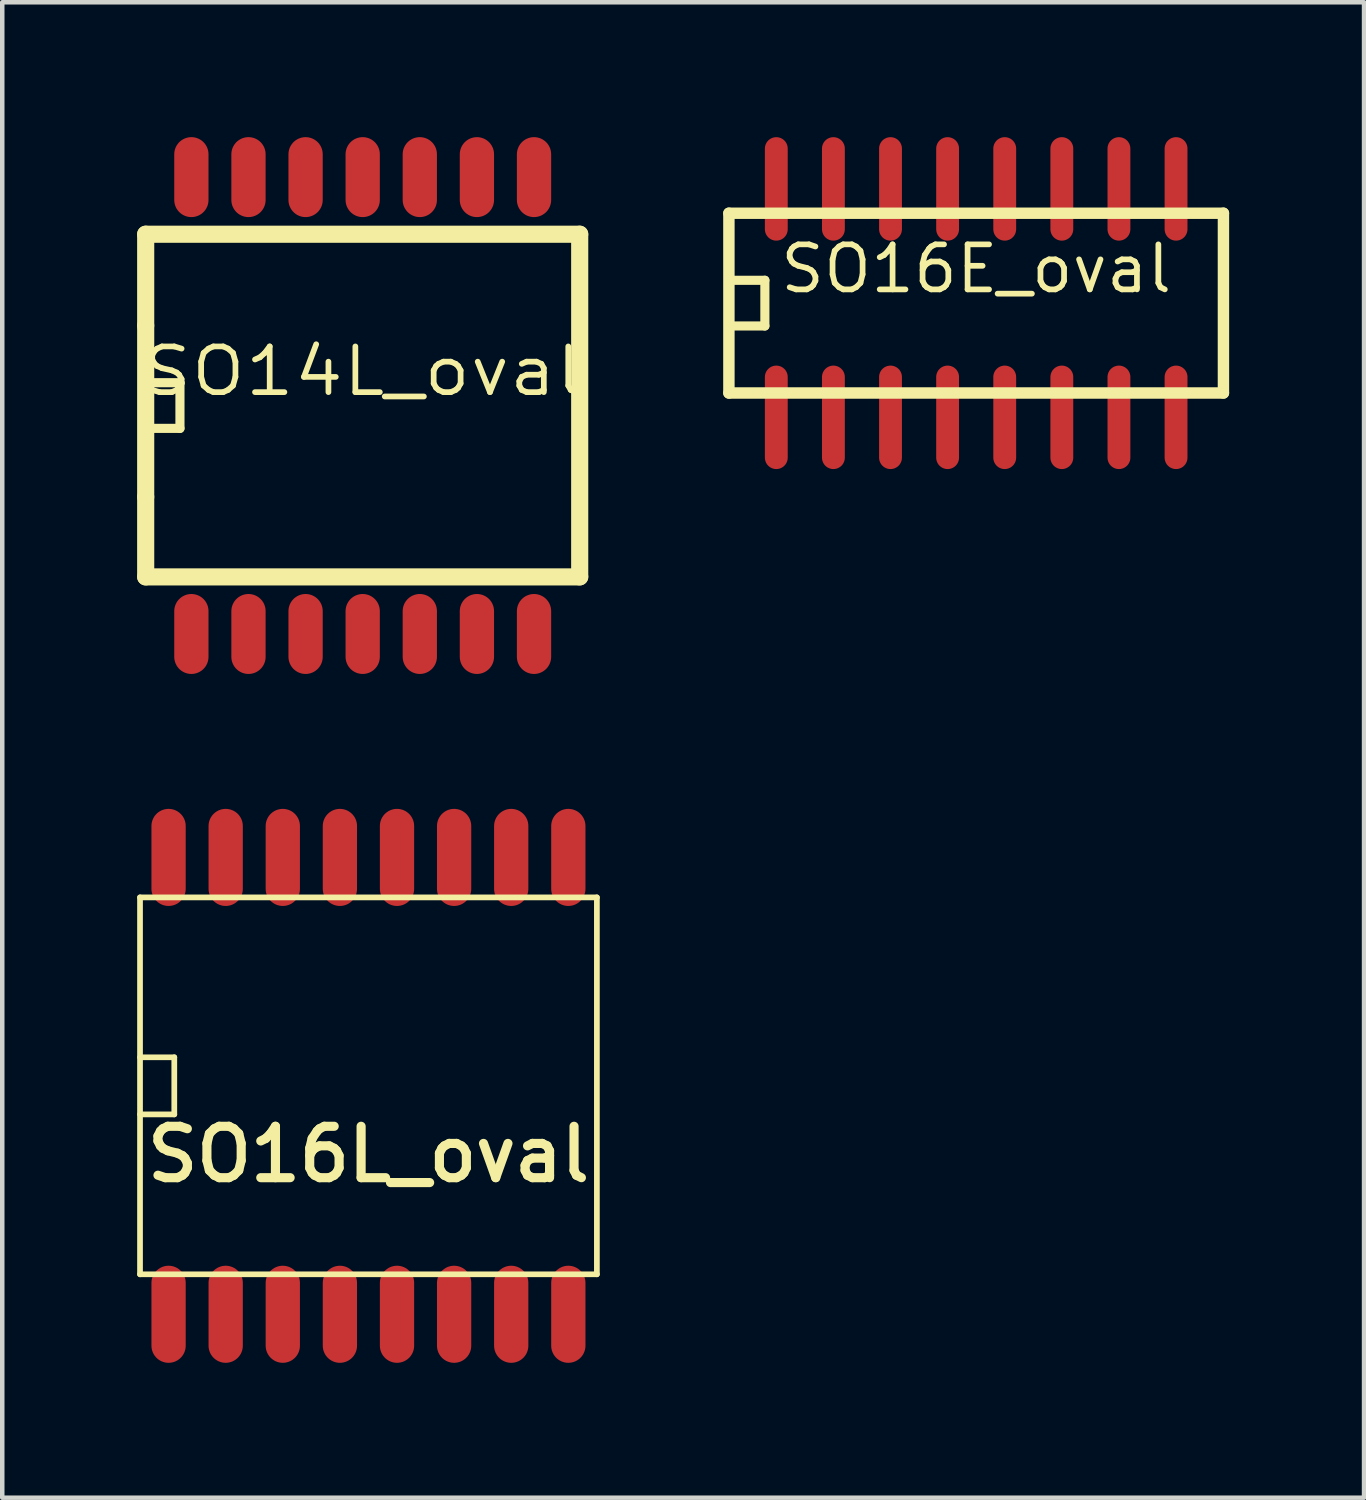
<source format=kicad_pcb>
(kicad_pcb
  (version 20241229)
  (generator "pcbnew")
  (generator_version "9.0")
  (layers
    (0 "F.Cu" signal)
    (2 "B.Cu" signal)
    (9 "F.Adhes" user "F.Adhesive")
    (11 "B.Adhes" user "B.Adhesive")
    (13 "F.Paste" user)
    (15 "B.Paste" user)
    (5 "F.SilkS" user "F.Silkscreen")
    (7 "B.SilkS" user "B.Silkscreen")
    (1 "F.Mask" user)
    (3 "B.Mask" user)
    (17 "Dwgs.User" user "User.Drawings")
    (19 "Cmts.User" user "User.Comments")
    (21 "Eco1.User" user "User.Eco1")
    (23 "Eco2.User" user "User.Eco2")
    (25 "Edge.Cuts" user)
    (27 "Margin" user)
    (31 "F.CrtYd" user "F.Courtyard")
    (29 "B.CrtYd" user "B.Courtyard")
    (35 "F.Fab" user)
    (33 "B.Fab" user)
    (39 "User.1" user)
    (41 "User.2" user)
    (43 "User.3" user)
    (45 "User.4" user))
  (footprint "SO14L_oval"
    (layer "F.Cu")
    (at 5.016 5.969)
    (property "Reference" "SO14L_oval" (at 0 -0.762 0) (layer "F.SilkS") (effects (font (size 1.016 1.143) (thickness 0.127))))
    (attr smd)
    (fp_line (start -4.826 -3.81) (end 4.826 -3.81) (stroke (width 0.381) (type solid)) (layer "F.SilkS"))
    (fp_line (start -4.826 -1.778) (end -4.826 -3.81) (stroke (width 0.381) (type solid)) (layer "F.SilkS"))
    (fp_line (start -4.826 -0.508) (end -4.064 -0.508) (stroke (width 0.203) (type solid)) (layer "F.SilkS"))
    (fp_line (start -4.826 2.032) (end -4.826 -1.778) (stroke (width 0.381) (type solid)) (layer "F.SilkS"))
    (fp_line (start -4.826 3.81) (end -4.826 2.032) (stroke (width 0.381) (type solid)) (layer "F.SilkS"))
    (fp_line (start -4.064 -0.508) (end -4.064 0.508) (stroke (width 0.203) (type solid)) (layer "F.SilkS"))
    (fp_line (start -4.064 0.508) (end -4.826 0.508) (stroke (width 0.203) (type solid)) (layer "F.SilkS"))
    (fp_line (start 4.826 -3.81) (end 4.826 3.81) (stroke (width 0.381) (type solid)) (layer "F.SilkS"))
    (fp_line (start 4.826 -1.778) (end 4.826 2.032) (stroke (width 0.203) (type solid)) (layer "F.SilkS"))
    (fp_line (start 4.826 3.81) (end -4.826 3.81) (stroke (width 0.381) (type solid)) (layer "F.SilkS"))
    (pad "1" smd oval (at -3.81 5.08) (size 0.762 1.778) (layers "F.Cu" "F.Mask" "F.Paste"))
    (pad "2" smd oval (at -2.54 5.08) (size 0.762 1.778) (layers "F.Cu" "F.Mask" "F.Paste"))
    (pad "3" smd oval (at -1.27 5.08) (size 0.762 1.778) (layers "F.Cu" "F.Mask" "F.Paste"))
    (pad "4" smd oval (at 0 5.08) (size 0.762 1.778) (layers "F.Cu" "F.Mask" "F.Paste"))
    (pad "5" smd oval (at 1.27 5.08) (size 0.762 1.778) (layers "F.Cu" "F.Mask" "F.Paste"))
    (pad "6" smd oval (at 2.54 5.08) (size 0.762 1.778) (layers "F.Cu" "F.Mask" "F.Paste"))
    (pad "7" smd oval (at 3.81 5.08) (size 0.762 1.778) (layers "F.Cu" "F.Mask" "F.Paste"))
    (pad "8" smd oval (at 3.81 -5.08) (size 0.762 1.778) (layers "F.Cu" "F.Mask" "F.Paste"))
    (pad "9" smd oval (at 2.54 -5.08) (size 0.762 1.778) (layers "F.Cu" "F.Mask" "F.Paste"))
    (pad "10" smd oval (at 1.27 -5.08) (size 0.762 1.778) (layers "F.Cu" "F.Mask" "F.Paste"))
    (pad "11" smd oval (at 0 -5.08) (size 0.762 1.778) (layers "F.Cu" "F.Mask" "F.Paste"))
    (pad "12" smd oval (at -1.27 -5.08) (size 0.762 1.778) (layers "F.Cu" "F.Mask" "F.Paste"))
    (pad "13" smd oval (at -2.54 -5.08) (size 0.762 1.778) (layers "F.Cu" "F.Mask" "F.Paste"))
    (pad "14" smd oval (at -3.81 -5.08) (size 0.762 1.778) (layers "F.Cu" "F.Mask" "F.Paste")))
  (footprint "SO16E_oval"
    (layer "F.Cu")
    (at 18.659 3.691)
    (property "Reference" "SO16E_oval" (at 0 -0.762 0) (layer "F.SilkS") (effects (font (size 1.001 1.001) (thickness 0.127))))
    (attr smd)
    (fp_line (start -5.499 -1.999) (end 5.499 -1.999) (stroke (width 0.254) (type solid)) (layer "F.SilkS"))
    (fp_line (start -5.499 1.999) (end -5.499 -1.999) (stroke (width 0.254) (type solid)) (layer "F.SilkS"))
    (fp_line (start -5.461 -0.508) (end -4.699 -0.508) (stroke (width 0.203) (type solid)) (layer "F.SilkS"))
    (fp_line (start -4.699 -0.508) (end -4.699 0.508) (stroke (width 0.203) (type solid)) (layer "F.SilkS"))
    (fp_line (start -4.699 0.508) (end -5.461 0.508) (stroke (width 0.203) (type solid)) (layer "F.SilkS"))
    (fp_line (start 5.499 -1.999) (end 5.499 1.999) (stroke (width 0.254) (type solid)) (layer "F.SilkS"))
    (fp_line (start 5.499 1.999) (end -5.499 1.999) (stroke (width 0.254) (type solid)) (layer "F.SilkS"))
    (pad "1" smd oval (at -4.445 2.54) (size 0.508 2.301) (layers "F.Cu" "F.Mask" "F.Paste"))
    (pad "2" smd oval (at -3.175 2.54) (size 0.508 2.301) (layers "F.Cu" "F.Mask" "F.Paste"))
    (pad "3" smd oval (at -1.905 2.54) (size 0.508 2.301) (layers "F.Cu" "F.Mask" "F.Paste"))
    (pad "4" smd oval (at -0.635 2.54) (size 0.508 2.301) (layers "F.Cu" "F.Mask" "F.Paste"))
    (pad "5" smd oval (at 0.635 2.54) (size 0.508 2.301) (layers "F.Cu" "F.Mask" "F.Paste"))
    (pad "6" smd oval (at 1.905 2.54) (size 0.508 2.301) (layers "F.Cu" "F.Mask" "F.Paste"))
    (pad "7" smd oval (at 3.175 2.54) (size 0.508 2.301) (layers "F.Cu" "F.Mask" "F.Paste"))
    (pad "8" smd oval (at 4.445 2.54) (size 0.508 2.301) (layers "F.Cu" "F.Mask" "F.Paste"))
    (pad "9" smd oval (at 4.445 -2.54) (size 0.508 2.301) (layers "F.Cu" "F.Mask" "F.Paste"))
    (pad "10" smd oval (at 3.175 -2.54) (size 0.508 2.301) (layers "F.Cu" "F.Mask" "F.Paste"))
    (pad "11" smd oval (at 1.905 -2.54) (size 0.508 2.301) (layers "F.Cu" "F.Mask" "F.Paste"))
    (pad "12" smd oval (at 0.635 -2.54) (size 0.508 2.301) (layers "F.Cu" "F.Mask" "F.Paste"))
    (pad "13" smd oval (at -0.635 -2.54) (size 0.508 2.301) (layers "F.Cu" "F.Mask" "F.Paste"))
    (pad "14" smd oval (at -1.905 -2.54) (size 0.508 2.301) (layers "F.Cu" "F.Mask" "F.Paste"))
    (pad "15" smd oval (at -3.175 -2.54) (size 0.508 2.301) (layers "F.Cu" "F.Mask" "F.Paste"))
    (pad "16" smd oval (at -4.445 -2.54) (size 0.508 2.301) (layers "F.Cu" "F.Mask" "F.Paste")))
  (footprint "SO16L_oval"
    (layer "F.Cu")
    (at 5.144 21.098)
    (property "Reference" "SO16L_oval" (at 0 1.524 0) (layer "F.SilkS") (effects (font (size 1.143 1.143) (thickness 0.203))))
    (attr smd)
    (fp_line (start -5.08 -4.191) (end 5.08 -4.191) (stroke (width 0.127) (type solid)) (layer "F.SilkS"))
    (fp_line (start -5.08 -0.635) (end -4.318 -0.635) (stroke (width 0.127) (type solid)) (layer "F.SilkS"))
    (fp_line (start -5.08 4.191) (end -5.08 -4.191) (stroke (width 0.127) (type solid)) (layer "F.SilkS"))
    (fp_line (start -4.318 -0.635) (end -4.318 0.635) (stroke (width 0.127) (type solid)) (layer "F.SilkS"))
    (fp_line (start -4.318 0.635) (end -5.08 0.635) (stroke (width 0.127) (type solid)) (layer "F.SilkS"))
    (fp_line (start 5.08 -4.191) (end 5.08 4.191) (stroke (width 0.127) (type solid)) (layer "F.SilkS"))
    (fp_line (start 5.08 4.191) (end -5.08 4.191) (stroke (width 0.127) (type solid)) (layer "F.SilkS"))
    (pad "1" smd oval (at -4.445 5.08) (size 0.762 2.159) (layers "F.Cu" "F.Mask" "F.Paste"))
    (pad "2" smd oval (at -3.175 5.08) (size 0.762 2.159) (layers "F.Cu" "F.Mask" "F.Paste"))
    (pad "3" smd oval (at -1.905 5.08) (size 0.762 2.159) (layers "F.Cu" "F.Mask" "F.Paste"))
    (pad "4" smd oval (at -0.635 5.08) (size 0.762 2.159) (layers "F.Cu" "F.Mask" "F.Paste"))
    (pad "5" smd oval (at 0.635 5.08) (size 0.762 2.159) (layers "F.Cu" "F.Mask" "F.Paste"))
    (pad "6" smd oval (at 1.905 5.08) (size 0.762 2.159) (layers "F.Cu" "F.Mask" "F.Paste"))
    (pad "7" smd oval (at 3.175 5.08) (size 0.762 2.159) (layers "F.Cu" "F.Mask" "F.Paste"))
    (pad "8" smd oval (at 4.445 5.08) (size 0.762 2.159) (layers "F.Cu" "F.Mask" "F.Paste"))
    (pad "9" smd oval (at 4.445 -5.08) (size 0.762 2.159) (layers "F.Cu" "F.Mask" "F.Paste"))
    (pad "10" smd oval (at 3.175 -5.08) (size 0.762 2.159) (layers "F.Cu" "F.Mask" "F.Paste"))
    (pad "11" smd oval (at 1.905 -5.08) (size 0.762 2.159) (layers "F.Cu" "F.Mask" "F.Paste"))
    (pad "12" smd oval (at 0.635 -5.08) (size 0.762 2.159) (layers "F.Cu" "F.Mask" "F.Paste"))
    (pad "13" smd oval (at -0.635 -5.08) (size 0.762 2.159) (layers "F.Cu" "F.Mask" "F.Paste"))
    (pad "14" smd oval (at -1.905 -5.08) (size 0.762 2.159) (layers "F.Cu" "F.Mask" "F.Paste"))
    (pad "15" smd oval (at -3.175 -5.08) (size 0.762 2.159) (layers "F.Cu" "F.Mask" "F.Paste"))
    (pad "16" smd oval (at -4.445 -5.08) (size 0.762 2.159) (layers "F.Cu" "F.Mask" "F.Paste")))
  (gr_rect
    (start -3 -3)
    (end 27.285 30.257)
    (stroke (width 0.1) (type default))
    (fill no)
    (layer "Edge.Cuts")))
</source>
